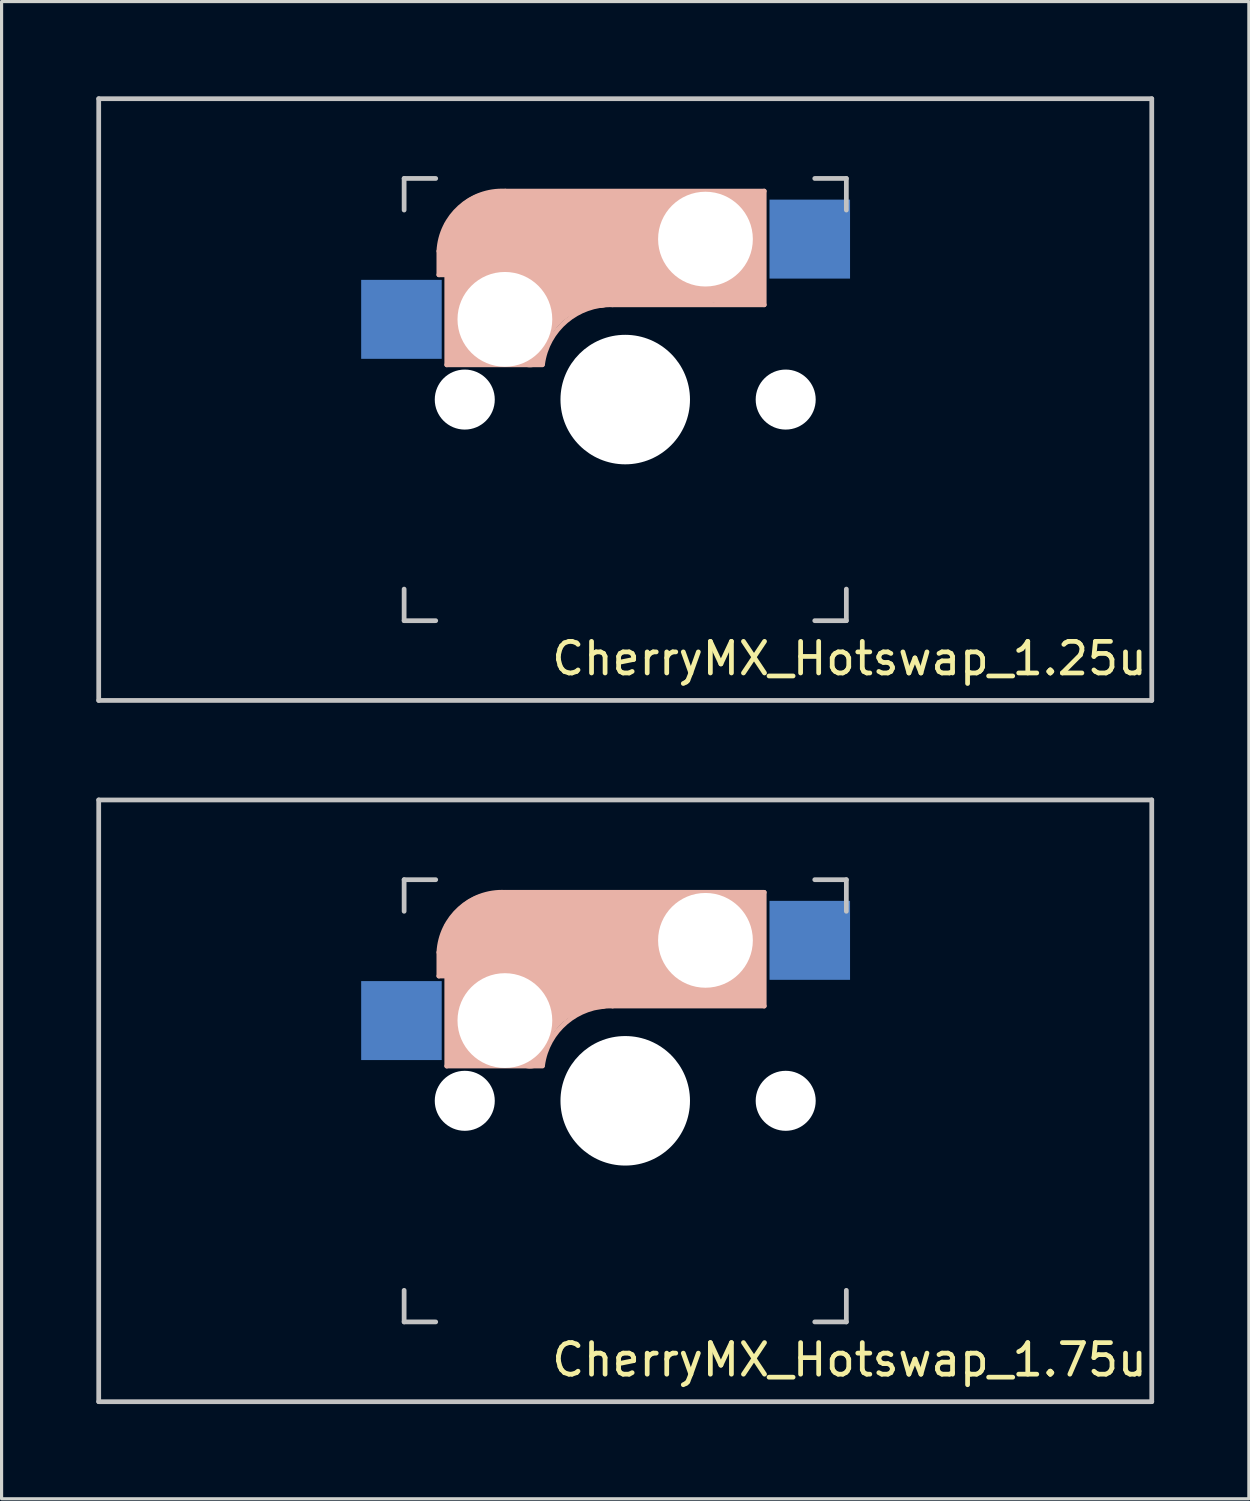
<source format=kicad_pcb>
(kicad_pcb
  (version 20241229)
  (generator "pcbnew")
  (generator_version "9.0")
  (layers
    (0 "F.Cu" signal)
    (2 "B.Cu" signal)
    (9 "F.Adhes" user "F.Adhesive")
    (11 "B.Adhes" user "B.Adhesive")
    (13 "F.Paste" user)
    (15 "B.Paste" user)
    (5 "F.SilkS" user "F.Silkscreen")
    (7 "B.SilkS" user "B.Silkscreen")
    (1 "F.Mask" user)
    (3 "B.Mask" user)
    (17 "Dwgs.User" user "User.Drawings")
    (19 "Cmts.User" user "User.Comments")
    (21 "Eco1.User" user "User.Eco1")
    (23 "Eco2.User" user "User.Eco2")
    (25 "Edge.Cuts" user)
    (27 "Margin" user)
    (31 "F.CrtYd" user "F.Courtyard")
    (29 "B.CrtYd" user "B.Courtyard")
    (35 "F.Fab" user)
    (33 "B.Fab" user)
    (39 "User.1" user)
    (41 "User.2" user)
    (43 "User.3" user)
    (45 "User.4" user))
  (footprint "CherryMX_Hotswap_1.75u"
    (layer "F.Cu")
    (at 16.744 31.8)
    (property "Reference" "CherryMX_Hotswap_1.75u" (at 7.1 8.2 0) (layer "F.SilkS") (effects (font (size 1 1) (thickness 0.15))))
    (fp_line (start -5.9 -4.7) (end -5.9 -3.95) (stroke (width 0.15) (type solid)) (layer "B.SilkS"))
    (fp_line (start -5.9 -3.95) (end -5.7 -3.95) (stroke (width 0.15) (type solid)) (layer "B.SilkS"))
    (fp_line (start -5.8 -4.05) (end -5.8 -4.7) (stroke (width 0.3) (type solid)) (layer "B.SilkS"))
    (fp_line (start -5.65 -5.55) (end -5.65 -1.1) (stroke (width 0.15) (type solid)) (layer "B.SilkS"))
    (fp_line (start -5.65 -1.1) (end -2.62 -1.1) (stroke (width 0.15) (type solid)) (layer "B.SilkS"))
    (fp_line (start -5.45 -1.3) (end -3 -1.3) (stroke (width 0.5) (type solid)) (layer "B.SilkS"))
    (fp_line (start -5.3 -1.6) (end -5.3 -3.4) (stroke (width 0.8) (type solid)) (layer "B.SilkS"))
    (fp_line (start -4.17 -5.1) (end -4.17 -2.86) (stroke (width 3) (type solid)) (layer "B.SilkS"))
    (fp_line (start -0.4 -3) (end 4.4 -3) (stroke (width 0.15) (type solid)) (layer "B.SilkS"))
    (fp_line (start 2.6 -4.8) (end -4.1 -4.8) (stroke (width 3.5) (type solid)) (layer "B.SilkS"))
    (fp_line (start 3.9 -6) (end 3.9 -3.5) (stroke (width 1) (type solid)) (layer "B.SilkS"))
    (fp_line (start 4.2 -3.25) (end 2.9 -3.3) (stroke (width 0.5) (type solid)) (layer "B.SilkS"))
    (fp_line (start 4.25 -6.4) (end 3 -6.4) (stroke (width 0.4) (type solid)) (layer "B.SilkS"))
    (fp_line (start 4.38 -4) (end 4.38 -6.25) (stroke (width 0.15) (type solid)) (layer "B.SilkS"))
    (fp_line (start 4.4 -6.6) (end -3.8 -6.6) (stroke (width 0.15) (type solid)) (layer "B.SilkS"))
    (fp_line (start 4.4 -3) (end 4.4 -6.6) (stroke (width 0.15) (type solid)) (layer "B.SilkS"))
    (fp_arc (start -5.9 -4.699999) (mid -5.243504 -6.084924) (end -3.800001 -6.6) (stroke (width 0.15) (type solid)) (layer "B.SilkS"))
    (fp_arc (start -3.016318 -1.521471) (mid -2.268709 -2.886118) (end -0.8 -3.4) (stroke (width 1) (type solid)) (layer "B.SilkS"))
    (fp_arc (start -2.616318 -1.121471) (mid -1.868709 -2.486118) (end -0.4 -3) (stroke (width 0.15) (type solid)) (layer "B.SilkS"))
    (fp_line (start -16.669 -9.525) (end 16.669 -9.525) (stroke (width 0.15) (type solid)) (layer "Dwgs.User"))
    (fp_line (start -16.669 9.525) (end -16.669 -9.525) (stroke (width 0.15) (type solid)) (layer "Dwgs.User"))
    (fp_line (start -7 -7) (end -6 -7) (stroke (width 0.15) (type solid)) (layer "Dwgs.User"))
    (fp_line (start -7 -6) (end -7 -7) (stroke (width 0.15) (type solid)) (layer "Dwgs.User"))
    (fp_line (start -7 6) (end -7 7) (stroke (width 0.15) (type solid)) (layer "Dwgs.User"))
    (fp_line (start -7 7) (end -6 7) (stroke (width 0.15) (type solid)) (layer "Dwgs.User"))
    (fp_line (start 6 7) (end 7 7) (stroke (width 0.15) (type solid)) (layer "Dwgs.User"))
    (fp_line (start 7 -7) (end 6 -7) (stroke (width 0.15) (type solid)) (layer "Dwgs.User"))
    (fp_line (start 7 -7) (end 7 -6) (stroke (width 0.15) (type solid)) (layer "Dwgs.User"))
    (fp_line (start 7 7) (end 7 6) (stroke (width 0.15) (type solid)) (layer "Dwgs.User"))
    (fp_line (start 16.669 -9.525) (end 16.669 9.525) (stroke (width 0.15) (type solid)) (layer "Dwgs.User"))
    (fp_line (start 16.669 9.525) (end -16.669 9.525) (stroke (width 0.15) (type solid)) (layer "Dwgs.User"))
    (pad "" np_thru_hole circle (at -5.08 0) (size 1.9 1.9) (drill 1.9) (layers "*.Cu" "*.Mask"))
    (pad "" np_thru_hole circle (at -3.81 -2.54) (size 3 3) (drill 3) (layers "*.Cu" "*.Mask"))
    (pad "" np_thru_hole circle (at 0 0 90) (size 4.1 4.1) (drill 4.1) (layers "*.Cu" "*.Mask"))
    (pad "" np_thru_hole circle (at 2.54 -5.08) (size 3 3) (drill 3) (layers "*.Cu" "*.Mask"))
    (pad "" np_thru_hole circle (at 5.08 0) (size 1.9 1.9) (drill 1.9) (layers "*.Cu" "*.Mask"))
    (pad "1" smd rect (at -7.085 -2.54 180) (size 2.55 2.5) (layers "B.Cu" "B.Mask" "B.Paste"))
    (pad "2" smd rect (at 5.842 -5.08 180) (size 2.55 2.5) (layers "B.Cu" "B.Mask" "B.Paste")))
  (footprint "CherryMX_Hotswap_1.25u"
    (layer "F.Cu")
    (at 16.744 9.6)
    (property "Reference" "CherryMX_Hotswap_1.25u" (at 7.1 8.2 0) (layer "F.SilkS") (effects (font (size 1 1) (thickness 0.15))))
    (fp_line (start -5.9 -4.7) (end -5.9 -3.95) (stroke (width 0.15) (type solid)) (layer "B.SilkS"))
    (fp_line (start -5.9 -3.95) (end -5.7 -3.95) (stroke (width 0.15) (type solid)) (layer "B.SilkS"))
    (fp_line (start -5.8 -4.05) (end -5.8 -4.7) (stroke (width 0.3) (type solid)) (layer "B.SilkS"))
    (fp_line (start -5.65 -5.55) (end -5.65 -1.1) (stroke (width 0.15) (type solid)) (layer "B.SilkS"))
    (fp_line (start -5.65 -1.1) (end -2.62 -1.1) (stroke (width 0.15) (type solid)) (layer "B.SilkS"))
    (fp_line (start -5.45 -1.3) (end -3 -1.3) (stroke (width 0.5) (type solid)) (layer "B.SilkS"))
    (fp_line (start -5.3 -1.6) (end -5.3 -3.4) (stroke (width 0.8) (type solid)) (layer "B.SilkS"))
    (fp_line (start -4.17 -5.1) (end -4.17 -2.86) (stroke (width 3) (type solid)) (layer "B.SilkS"))
    (fp_line (start -0.4 -3) (end 4.4 -3) (stroke (width 0.15) (type solid)) (layer "B.SilkS"))
    (fp_line (start 2.6 -4.8) (end -4.1 -4.8) (stroke (width 3.5) (type solid)) (layer "B.SilkS"))
    (fp_line (start 3.9 -6) (end 3.9 -3.5) (stroke (width 1) (type solid)) (layer "B.SilkS"))
    (fp_line (start 4.2 -3.25) (end 2.9 -3.3) (stroke (width 0.5) (type solid)) (layer "B.SilkS"))
    (fp_line (start 4.25 -6.4) (end 3 -6.4) (stroke (width 0.4) (type solid)) (layer "B.SilkS"))
    (fp_line (start 4.38 -4) (end 4.38 -6.25) (stroke (width 0.15) (type solid)) (layer "B.SilkS"))
    (fp_line (start 4.4 -6.6) (end -3.8 -6.6) (stroke (width 0.15) (type solid)) (layer "B.SilkS"))
    (fp_line (start 4.4 -3) (end 4.4 -6.6) (stroke (width 0.15) (type solid)) (layer "B.SilkS"))
    (fp_arc (start -5.9 -4.699999) (mid -5.243504 -6.084924) (end -3.800001 -6.6) (stroke (width 0.15) (type solid)) (layer "B.SilkS"))
    (fp_arc (start -3.016318 -1.521471) (mid -2.268709 -2.886118) (end -0.8 -3.4) (stroke (width 1) (type solid)) (layer "B.SilkS"))
    (fp_arc (start -2.616318 -1.121471) (mid -1.868709 -2.486118) (end -0.4 -3) (stroke (width 0.15) (type solid)) (layer "B.SilkS"))
    (fp_line (start -16.669 -9.525) (end 16.669 -9.525) (stroke (width 0.15) (type solid)) (layer "Dwgs.User"))
    (fp_line (start -16.669 9.525) (end -16.669 -9.525) (stroke (width 0.15) (type solid)) (layer "Dwgs.User"))
    (fp_line (start -7 -7) (end -6 -7) (stroke (width 0.15) (type solid)) (layer "Dwgs.User"))
    (fp_line (start -7 -6) (end -7 -7) (stroke (width 0.15) (type solid)) (layer "Dwgs.User"))
    (fp_line (start -7 6) (end -7 7) (stroke (width 0.15) (type solid)) (layer "Dwgs.User"))
    (fp_line (start -7 7) (end -6 7) (stroke (width 0.15) (type solid)) (layer "Dwgs.User"))
    (fp_line (start 6 7) (end 7 7) (stroke (width 0.15) (type solid)) (layer "Dwgs.User"))
    (fp_line (start 7 -7) (end 6 -7) (stroke (width 0.15) (type solid)) (layer "Dwgs.User"))
    (fp_line (start 7 -7) (end 7 -6) (stroke (width 0.15) (type solid)) (layer "Dwgs.User"))
    (fp_line (start 7 7) (end 7 6) (stroke (width 0.15) (type solid)) (layer "Dwgs.User"))
    (fp_line (start 16.669 -9.525) (end 16.669 9.525) (stroke (width 0.15) (type solid)) (layer "Dwgs.User"))
    (fp_line (start 16.669 9.525) (end -16.669 9.525) (stroke (width 0.15) (type solid)) (layer "Dwgs.User"))
    (pad "" np_thru_hole circle (at -5.08 0) (size 1.9 1.9) (drill 1.9) (layers "*.Cu" "*.Mask"))
    (pad "" np_thru_hole circle (at -3.81 -2.54) (size 3 3) (drill 3) (layers "*.Cu" "*.Mask"))
    (pad "" np_thru_hole circle (at 0 0 90) (size 4.1 4.1) (drill 4.1) (layers "*.Cu" "*.Mask"))
    (pad "" np_thru_hole circle (at 2.54 -5.08) (size 3 3) (drill 3) (layers "*.Cu" "*.Mask"))
    (pad "" np_thru_hole circle (at 5.08 0) (size 1.9 1.9) (drill 1.9) (layers "*.Cu" "*.Mask"))
    (pad "1" smd rect (at -7.085 -2.54 180) (size 2.55 2.5) (layers "B.Cu" "B.Mask" "B.Paste"))
    (pad "2" smd rect (at 5.842 -5.08 180) (size 2.55 2.5) (layers "B.Cu" "B.Mask" "B.Paste")))
  (gr_rect
    (start -3 -3)
    (end 36.487 44.4)
    (stroke (width 0.1) (type default))
    (fill no)
    (layer "Edge.Cuts")))
</source>
